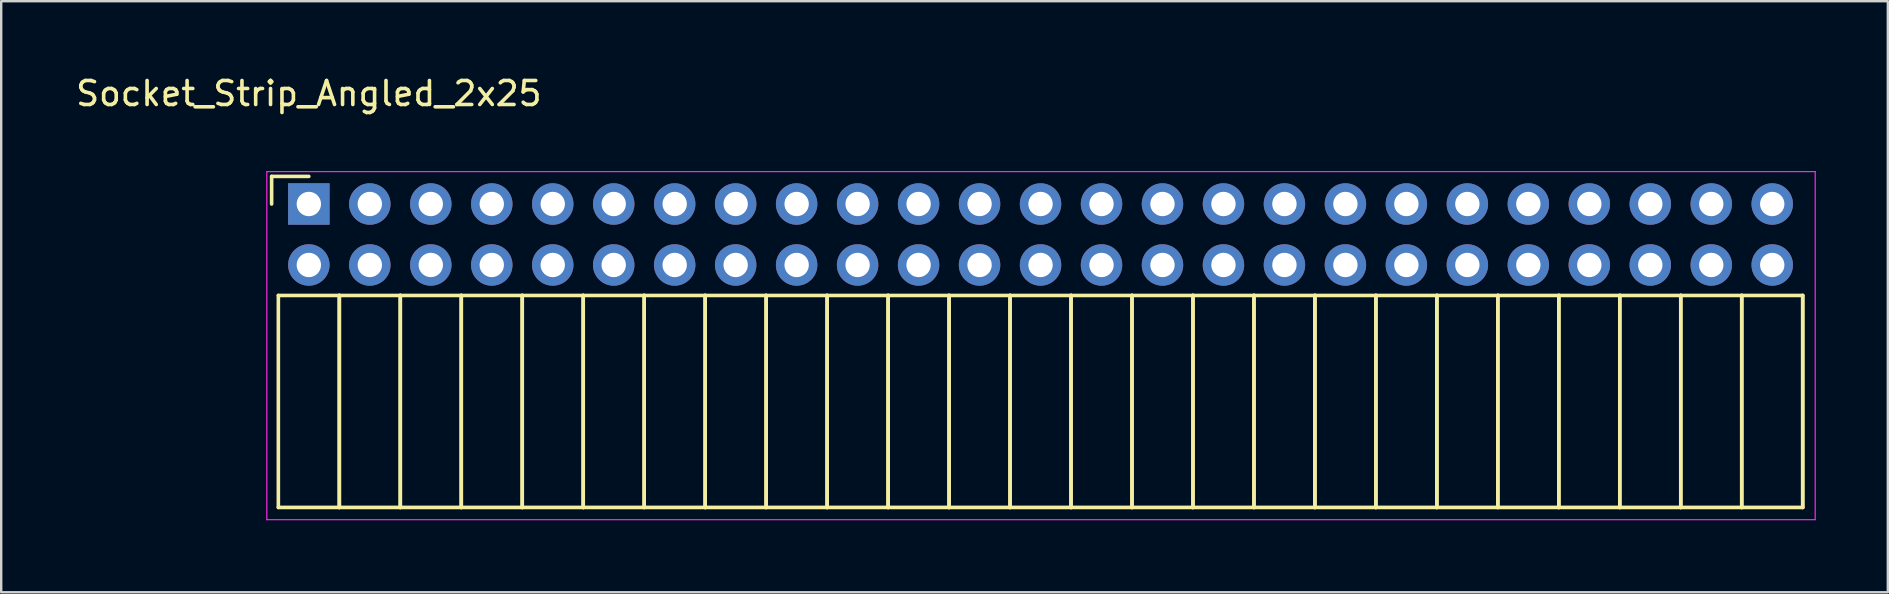
<source format=kicad_pcb>
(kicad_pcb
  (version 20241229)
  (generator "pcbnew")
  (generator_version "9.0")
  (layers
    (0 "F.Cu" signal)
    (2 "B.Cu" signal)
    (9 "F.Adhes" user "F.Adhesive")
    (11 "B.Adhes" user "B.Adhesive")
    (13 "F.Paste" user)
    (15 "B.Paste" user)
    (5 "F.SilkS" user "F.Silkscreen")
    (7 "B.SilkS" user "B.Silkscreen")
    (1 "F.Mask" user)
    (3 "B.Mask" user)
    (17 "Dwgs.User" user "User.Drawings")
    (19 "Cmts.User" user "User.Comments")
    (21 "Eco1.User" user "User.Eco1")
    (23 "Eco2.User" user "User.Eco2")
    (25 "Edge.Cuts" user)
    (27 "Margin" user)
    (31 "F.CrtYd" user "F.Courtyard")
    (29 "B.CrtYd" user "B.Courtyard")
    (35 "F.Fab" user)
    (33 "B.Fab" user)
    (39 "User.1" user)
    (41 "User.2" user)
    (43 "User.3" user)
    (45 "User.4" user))
  (footprint "Socket_Strip_Angled_2x25"
    (layer "F.Cu")
    (at 9.815 5.448)
    (property "Reference" "Socket_Strip_Angled_2x25" (at 0 -4.6 0) (layer "F.SilkS") (effects (font (size 1 1) (thickness 0.15))))
    (attr through_hole)
    (fp_line (start -1.55 -1.15) (end -1.55 0) (stroke (width 0.15) (type solid)) (layer "F.SilkS"))
    (fp_line (start -1.27 3.81) (end -1.27 12.64) (stroke (width 0.15) (type solid)) (layer "F.SilkS"))
    (fp_line (start -1.27 3.81) (end 1.27 3.81) (stroke (width 0.15) (type solid)) (layer "F.SilkS"))
    (fp_line (start -1.27 12.64) (end 1.27 12.64) (stroke (width 0.15) (type solid)) (layer "F.SilkS"))
    (fp_line (start 0 -1.15) (end -1.55 -1.15) (stroke (width 0.15) (type solid)) (layer "F.SilkS"))
    (fp_line (start 1.27 3.81) (end 1.27 12.64) (stroke (width 0.15) (type solid)) (layer "F.SilkS"))
    (fp_line (start 1.27 3.81) (end 3.81 3.81) (stroke (width 0.15) (type solid)) (layer "F.SilkS"))
    (fp_line (start 1.27 12.64) (end 1.27 3.81) (stroke (width 0.15) (type solid)) (layer "F.SilkS"))
    (fp_line (start 1.27 12.64) (end 3.81 12.64) (stroke (width 0.15) (type solid)) (layer "F.SilkS"))
    (fp_line (start 3.81 3.81) (end 3.81 12.64) (stroke (width 0.15) (type solid)) (layer "F.SilkS"))
    (fp_line (start 3.81 3.81) (end 6.35 3.81) (stroke (width 0.15) (type solid)) (layer "F.SilkS"))
    (fp_line (start 3.81 12.64) (end 3.81 3.81) (stroke (width 0.15) (type solid)) (layer "F.SilkS"))
    (fp_line (start 3.81 12.64) (end 6.35 12.64) (stroke (width 0.15) (type solid)) (layer "F.SilkS"))
    (fp_line (start 6.35 3.81) (end 6.35 12.64) (stroke (width 0.15) (type solid)) (layer "F.SilkS"))
    (fp_line (start 6.35 3.81) (end 8.89 3.81) (stroke (width 0.15) (type solid)) (layer "F.SilkS"))
    (fp_line (start 6.35 12.64) (end 6.35 3.81) (stroke (width 0.15) (type solid)) (layer "F.SilkS"))
    (fp_line (start 6.35 12.64) (end 8.89 12.64) (stroke (width 0.15) (type solid)) (layer "F.SilkS"))
    (fp_line (start 8.89 3.81) (end 8.89 12.64) (stroke (width 0.15) (type solid)) (layer "F.SilkS"))
    (fp_line (start 8.89 3.81) (end 11.43 3.81) (stroke (width 0.15) (type solid)) (layer "F.SilkS"))
    (fp_line (start 8.89 12.64) (end 8.89 3.81) (stroke (width 0.15) (type solid)) (layer "F.SilkS"))
    (fp_line (start 8.89 12.64) (end 11.43 12.64) (stroke (width 0.15) (type solid)) (layer "F.SilkS"))
    (fp_line (start 11.43 3.81) (end 11.43 12.64) (stroke (width 0.15) (type solid)) (layer "F.SilkS"))
    (fp_line (start 11.43 3.81) (end 13.97 3.81) (stroke (width 0.15) (type solid)) (layer "F.SilkS"))
    (fp_line (start 11.43 12.64) (end 11.43 3.81) (stroke (width 0.15) (type solid)) (layer "F.SilkS"))
    (fp_line (start 11.43 12.64) (end 13.97 12.64) (stroke (width 0.15) (type solid)) (layer "F.SilkS"))
    (fp_line (start 13.97 3.81) (end 13.97 12.64) (stroke (width 0.15) (type solid)) (layer "F.SilkS"))
    (fp_line (start 13.97 3.81) (end 16.51 3.81) (stroke (width 0.15) (type solid)) (layer "F.SilkS"))
    (fp_line (start 13.97 12.64) (end 13.97 3.81) (stroke (width 0.15) (type solid)) (layer "F.SilkS"))
    (fp_line (start 13.97 12.64) (end 16.51 12.64) (stroke (width 0.15) (type solid)) (layer "F.SilkS"))
    (fp_line (start 16.51 3.81) (end 16.51 12.64) (stroke (width 0.15) (type solid)) (layer "F.SilkS"))
    (fp_line (start 16.51 3.81) (end 19.05 3.81) (stroke (width 0.15) (type solid)) (layer "F.SilkS"))
    (fp_line (start 16.51 12.64) (end 16.51 3.81) (stroke (width 0.15) (type solid)) (layer "F.SilkS"))
    (fp_line (start 16.51 12.64) (end 19.05 12.64) (stroke (width 0.15) (type solid)) (layer "F.SilkS"))
    (fp_line (start 19.05 3.81) (end 19.05 12.64) (stroke (width 0.15) (type solid)) (layer "F.SilkS"))
    (fp_line (start 19.05 3.81) (end 21.59 3.81) (stroke (width 0.15) (type solid)) (layer "F.SilkS"))
    (fp_line (start 19.05 12.64) (end 19.05 3.81) (stroke (width 0.15) (type solid)) (layer "F.SilkS"))
    (fp_line (start 19.05 12.64) (end 21.59 12.64) (stroke (width 0.15) (type solid)) (layer "F.SilkS"))
    (fp_line (start 21.59 3.81) (end 21.59 12.64) (stroke (width 0.15) (type solid)) (layer "F.SilkS"))
    (fp_line (start 21.59 3.81) (end 24.13 3.81) (stroke (width 0.15) (type solid)) (layer "F.SilkS"))
    (fp_line (start 21.59 12.64) (end 21.59 3.81) (stroke (width 0.15) (type solid)) (layer "F.SilkS"))
    (fp_line (start 21.59 12.64) (end 24.13 12.64) (stroke (width 0.15) (type solid)) (layer "F.SilkS"))
    (fp_line (start 24.13 3.81) (end 24.13 12.64) (stroke (width 0.15) (type solid)) (layer "F.SilkS"))
    (fp_line (start 24.13 3.81) (end 26.67 3.81) (stroke (width 0.15) (type solid)) (layer "F.SilkS"))
    (fp_line (start 24.13 12.64) (end 24.13 3.81) (stroke (width 0.15) (type solid)) (layer "F.SilkS"))
    (fp_line (start 24.13 12.64) (end 26.67 12.64) (stroke (width 0.15) (type solid)) (layer "F.SilkS"))
    (fp_line (start 26.67 3.81) (end 26.67 12.64) (stroke (width 0.15) (type solid)) (layer "F.SilkS"))
    (fp_line (start 26.67 3.81) (end 29.21 3.81) (stroke (width 0.15) (type solid)) (layer "F.SilkS"))
    (fp_line (start 26.67 12.64) (end 26.67 3.81) (stroke (width 0.15) (type solid)) (layer "F.SilkS"))
    (fp_line (start 26.67 12.64) (end 29.21 12.64) (stroke (width 0.15) (type solid)) (layer "F.SilkS"))
    (fp_line (start 29.21 3.81) (end 29.21 12.64) (stroke (width 0.15) (type solid)) (layer "F.SilkS"))
    (fp_line (start 29.21 3.81) (end 31.75 3.81) (stroke (width 0.15) (type solid)) (layer "F.SilkS"))
    (fp_line (start 29.21 12.64) (end 29.21 3.81) (stroke (width 0.15) (type solid)) (layer "F.SilkS"))
    (fp_line (start 29.21 12.64) (end 31.75 12.64) (stroke (width 0.15) (type solid)) (layer "F.SilkS"))
    (fp_line (start 31.75 3.81) (end 31.75 12.64) (stroke (width 0.15) (type solid)) (layer "F.SilkS"))
    (fp_line (start 31.75 3.81) (end 34.29 3.81) (stroke (width 0.15) (type solid)) (layer "F.SilkS"))
    (fp_line (start 31.75 12.64) (end 31.75 3.81) (stroke (width 0.15) (type solid)) (layer "F.SilkS"))
    (fp_line (start 31.75 12.64) (end 34.29 12.64) (stroke (width 0.15) (type solid)) (layer "F.SilkS"))
    (fp_line (start 34.29 3.81) (end 34.29 12.64) (stroke (width 0.15) (type solid)) (layer "F.SilkS"))
    (fp_line (start 34.29 3.81) (end 36.83 3.81) (stroke (width 0.15) (type solid)) (layer "F.SilkS"))
    (fp_line (start 34.29 12.64) (end 34.29 3.81) (stroke (width 0.15) (type solid)) (layer "F.SilkS"))
    (fp_line (start 34.29 12.64) (end 36.83 12.64) (stroke (width 0.15) (type solid)) (layer "F.SilkS"))
    (fp_line (start 36.83 3.81) (end 36.83 12.64) (stroke (width 0.15) (type solid)) (layer "F.SilkS"))
    (fp_line (start 36.83 3.81) (end 39.37 3.81) (stroke (width 0.15) (type solid)) (layer "F.SilkS"))
    (fp_line (start 36.83 12.64) (end 36.83 3.81) (stroke (width 0.15) (type solid)) (layer "F.SilkS"))
    (fp_line (start 36.83 12.64) (end 39.37 12.64) (stroke (width 0.15) (type solid)) (layer "F.SilkS"))
    (fp_line (start 39.37 3.81) (end 39.37 12.64) (stroke (width 0.15) (type solid)) (layer "F.SilkS"))
    (fp_line (start 39.37 3.81) (end 41.91 3.81) (stroke (width 0.15) (type solid)) (layer "F.SilkS"))
    (fp_line (start 39.37 12.64) (end 39.37 3.81) (stroke (width 0.15) (type solid)) (layer "F.SilkS"))
    (fp_line (start 39.37 12.64) (end 41.91 12.64) (stroke (width 0.15) (type solid)) (layer "F.SilkS"))
    (fp_line (start 41.91 3.81) (end 41.91 12.64) (stroke (width 0.15) (type solid)) (layer "F.SilkS"))
    (fp_line (start 41.91 3.81) (end 44.45 3.81) (stroke (width 0.15) (type solid)) (layer "F.SilkS"))
    (fp_line (start 41.91 12.64) (end 41.91 3.81) (stroke (width 0.15) (type solid)) (layer "F.SilkS"))
    (fp_line (start 41.91 12.64) (end 44.45 12.64) (stroke (width 0.15) (type solid)) (layer "F.SilkS"))
    (fp_line (start 44.45 3.81) (end 44.45 12.64) (stroke (width 0.15) (type solid)) (layer "F.SilkS"))
    (fp_line (start 44.45 3.81) (end 46.99 3.81) (stroke (width 0.15) (type solid)) (layer "F.SilkS"))
    (fp_line (start 44.45 12.64) (end 44.45 3.81) (stroke (width 0.15) (type solid)) (layer "F.SilkS"))
    (fp_line (start 44.45 12.64) (end 46.99 12.64) (stroke (width 0.15) (type solid)) (layer "F.SilkS"))
    (fp_line (start 46.99 3.81) (end 46.99 12.64) (stroke (width 0.15) (type solid)) (layer "F.SilkS"))
    (fp_line (start 46.99 3.81) (end 49.53 3.81) (stroke (width 0.15) (type solid)) (layer "F.SilkS"))
    (fp_line (start 46.99 12.64) (end 46.99 3.81) (stroke (width 0.15) (type solid)) (layer "F.SilkS"))
    (fp_line (start 46.99 12.64) (end 49.53 12.64) (stroke (width 0.15) (type solid)) (layer "F.SilkS"))
    (fp_line (start 49.53 3.81) (end 49.53 12.64) (stroke (width 0.15) (type solid)) (layer "F.SilkS"))
    (fp_line (start 49.53 3.81) (end 52.07 3.81) (stroke (width 0.15) (type solid)) (layer "F.SilkS"))
    (fp_line (start 49.53 12.64) (end 49.53 3.81) (stroke (width 0.15) (type solid)) (layer "F.SilkS"))
    (fp_line (start 49.53 12.64) (end 52.07 12.64) (stroke (width 0.15) (type solid)) (layer "F.SilkS"))
    (fp_line (start 52.07 3.81) (end 52.07 12.64) (stroke (width 0.15) (type solid)) (layer "F.SilkS"))
    (fp_line (start 52.07 3.81) (end 54.61 3.81) (stroke (width 0.15) (type solid)) (layer "F.SilkS"))
    (fp_line (start 52.07 12.64) (end 52.07 3.81) (stroke (width 0.15) (type solid)) (layer "F.SilkS"))
    (fp_line (start 52.07 12.64) (end 54.61 12.64) (stroke (width 0.15) (type solid)) (layer "F.SilkS"))
    (fp_line (start 54.61 3.81) (end 54.61 12.64) (stroke (width 0.15) (type solid)) (layer "F.SilkS"))
    (fp_line (start 54.61 3.81) (end 57.15 3.81) (stroke (width 0.15) (type solid)) (layer "F.SilkS"))
    (fp_line (start 54.61 12.64) (end 54.61 3.81) (stroke (width 0.15) (type solid)) (layer "F.SilkS"))
    (fp_line (start 54.61 12.64) (end 57.15 12.64) (stroke (width 0.15) (type solid)) (layer "F.SilkS"))
    (fp_line (start 57.15 3.81) (end 57.15 12.64) (stroke (width 0.15) (type solid)) (layer "F.SilkS"))
    (fp_line (start 57.15 3.81) (end 59.69 3.81) (stroke (width 0.15) (type solid)) (layer "F.SilkS"))
    (fp_line (start 57.15 12.64) (end 57.15 3.81) (stroke (width 0.15) (type solid)) (layer "F.SilkS"))
    (fp_line (start 57.15 12.64) (end 59.69 12.64) (stroke (width 0.15) (type solid)) (layer "F.SilkS"))
    (fp_line (start 59.69 3.81) (end 59.69 12.64) (stroke (width 0.15) (type solid)) (layer "F.SilkS"))
    (fp_line (start 59.69 3.81) (end 62.23 3.81) (stroke (width 0.15) (type solid)) (layer "F.SilkS"))
    (fp_line (start 59.69 12.64) (end 59.69 3.81) (stroke (width 0.15) (type solid)) (layer "F.SilkS"))
    (fp_line (start 59.69 12.64) (end 62.23 12.64) (stroke (width 0.15) (type solid)) (layer "F.SilkS"))
    (fp_line (start 62.23 3.81) (end 62.23 12.64) (stroke (width 0.15) (type solid)) (layer "F.SilkS"))
    (fp_line (start 62.23 12.64) (end 62.23 3.81) (stroke (width 0.15) (type solid)) (layer "F.SilkS"))
    (fp_line (start -1.75 -1.35) (end -1.75 13.15) (stroke (width 0.05) (type solid)) (layer "F.CrtYd"))
    (fp_line (start -1.75 -1.35) (end 62.75 -1.35) (stroke (width 0.05) (type solid)) (layer "F.CrtYd"))
    (fp_line (start -1.75 13.15) (end 62.75 13.15) (stroke (width 0.05) (type solid)) (layer "F.CrtYd"))
    (fp_line (start 62.75 -1.35) (end 62.75 13.15) (stroke (width 0.05) (type solid)) (layer "F.CrtYd"))
    (pad "1" thru_hole rect (at 0 0) (size 1.727 1.727) (drill 1.016) (layers "*.Cu" "*.Mask"))
    (pad "2" thru_hole oval (at 0 2.54) (size 1.727 1.727) (drill 1.016) (layers "*.Cu" "*.Mask"))
    (pad "3" thru_hole oval (at 2.54 0) (size 1.727 1.727) (drill 1.016) (layers "*.Cu" "*.Mask"))
    (pad "4" thru_hole oval (at 2.54 2.54) (size 1.727 1.727) (drill 1.016) (layers "*.Cu" "*.Mask"))
    (pad "5" thru_hole oval (at 5.08 0) (size 1.727 1.727) (drill 1.016) (layers "*.Cu" "*.Mask"))
    (pad "6" thru_hole oval (at 5.08 2.54) (size 1.727 1.727) (drill 1.016) (layers "*.Cu" "*.Mask"))
    (pad "7" thru_hole oval (at 7.62 0) (size 1.727 1.727) (drill 1.016) (layers "*.Cu" "*.Mask"))
    (pad "8" thru_hole oval (at 7.62 2.54) (size 1.727 1.727) (drill 1.016) (layers "*.Cu" "*.Mask"))
    (pad "9" thru_hole oval (at 10.16 0) (size 1.727 1.727) (drill 1.016) (layers "*.Cu" "*.Mask"))
    (pad "10" thru_hole oval (at 10.16 2.54) (size 1.727 1.727) (drill 1.016) (layers "*.Cu" "*.Mask"))
    (pad "11" thru_hole oval (at 12.7 0) (size 1.727 1.727) (drill 1.016) (layers "*.Cu" "*.Mask"))
    (pad "12" thru_hole oval (at 12.7 2.54) (size 1.727 1.727) (drill 1.016) (layers "*.Cu" "*.Mask"))
    (pad "13" thru_hole oval (at 15.24 0) (size 1.727 1.727) (drill 1.016) (layers "*.Cu" "*.Mask"))
    (pad "14" thru_hole oval (at 15.24 2.54) (size 1.727 1.727) (drill 1.016) (layers "*.Cu" "*.Mask"))
    (pad "15" thru_hole oval (at 17.78 0) (size 1.727 1.727) (drill 1.016) (layers "*.Cu" "*.Mask"))
    (pad "16" thru_hole oval (at 17.78 2.54) (size 1.727 1.727) (drill 1.016) (layers "*.Cu" "*.Mask"))
    (pad "17" thru_hole oval (at 20.32 0) (size 1.727 1.727) (drill 1.016) (layers "*.Cu" "*.Mask"))
    (pad "18" thru_hole oval (at 20.32 2.54) (size 1.727 1.727) (drill 1.016) (layers "*.Cu" "*.Mask"))
    (pad "19" thru_hole oval (at 22.86 0) (size 1.727 1.727) (drill 1.016) (layers "*.Cu" "*.Mask"))
    (pad "20" thru_hole oval (at 22.86 2.54) (size 1.727 1.727) (drill 1.016) (layers "*.Cu" "*.Mask"))
    (pad "21" thru_hole oval (at 25.4 0) (size 1.727 1.727) (drill 1.016) (layers "*.Cu" "*.Mask"))
    (pad "22" thru_hole oval (at 25.4 2.54) (size 1.727 1.727) (drill 1.016) (layers "*.Cu" "*.Mask"))
    (pad "23" thru_hole oval (at 27.94 0) (size 1.727 1.727) (drill 1.016) (layers "*.Cu" "*.Mask"))
    (pad "24" thru_hole oval (at 27.94 2.54) (size 1.727 1.727) (drill 1.016) (layers "*.Cu" "*.Mask"))
    (pad "25" thru_hole oval (at 30.48 0) (size 1.727 1.727) (drill 1.016) (layers "*.Cu" "*.Mask"))
    (pad "26" thru_hole oval (at 30.48 2.54) (size 1.727 1.727) (drill 1.016) (layers "*.Cu" "*.Mask"))
    (pad "27" thru_hole oval (at 33.02 0) (size 1.727 1.727) (drill 1.016) (layers "*.Cu" "*.Mask"))
    (pad "28" thru_hole oval (at 33.02 2.54) (size 1.727 1.727) (drill 1.016) (layers "*.Cu" "*.Mask"))
    (pad "29" thru_hole oval (at 35.56 0) (size 1.727 1.727) (drill 1.016) (layers "*.Cu" "*.Mask"))
    (pad "30" thru_hole oval (at 35.56 2.54) (size 1.727 1.727) (drill 1.016) (layers "*.Cu" "*.Mask"))
    (pad "31" thru_hole oval (at 38.1 0) (size 1.727 1.727) (drill 1.016) (layers "*.Cu" "*.Mask"))
    (pad "32" thru_hole oval (at 38.1 2.54) (size 1.727 1.727) (drill 1.016) (layers "*.Cu" "*.Mask"))
    (pad "33" thru_hole oval (at 40.64 0) (size 1.727 1.727) (drill 1.016) (layers "*.Cu" "*.Mask"))
    (pad "34" thru_hole oval (at 40.64 2.54) (size 1.727 1.727) (drill 1.016) (layers "*.Cu" "*.Mask"))
    (pad "35" thru_hole oval (at 43.18 0) (size 1.727 1.727) (drill 1.016) (layers "*.Cu" "*.Mask"))
    (pad "36" thru_hole oval (at 43.18 2.54) (size 1.727 1.727) (drill 1.016) (layers "*.Cu" "*.Mask"))
    (pad "37" thru_hole oval (at 45.72 0) (size 1.727 1.727) (drill 1.016) (layers "*.Cu" "*.Mask"))
    (pad "38" thru_hole oval (at 45.72 2.54) (size 1.727 1.727) (drill 1.016) (layers "*.Cu" "*.Mask"))
    (pad "39" thru_hole oval (at 48.26 0) (size 1.727 1.727) (drill 1.016) (layers "*.Cu" "*.Mask"))
    (pad "40" thru_hole oval (at 48.26 2.54) (size 1.727 1.727) (drill 1.016) (layers "*.Cu" "*.Mask"))
    (pad "41" thru_hole oval (at 50.8 0) (size 1.727 1.727) (drill 1.016) (layers "*.Cu" "*.Mask"))
    (pad "42" thru_hole oval (at 50.8 2.54) (size 1.727 1.727) (drill 1.016) (layers "*.Cu" "*.Mask"))
    (pad "43" thru_hole oval (at 53.34 0) (size 1.727 1.727) (drill 1.016) (layers "*.Cu" "*.Mask"))
    (pad "44" thru_hole oval (at 53.34 2.54) (size 1.727 1.727) (drill 1.016) (layers "*.Cu" "*.Mask"))
    (pad "45" thru_hole oval (at 55.88 0) (size 1.727 1.727) (drill 1.016) (layers "*.Cu" "*.Mask"))
    (pad "46" thru_hole oval (at 55.88 2.54) (size 1.727 1.727) (drill 1.016) (layers "*.Cu" "*.Mask"))
    (pad "47" thru_hole oval (at 58.42 0) (size 1.727 1.727) (drill 1.016) (layers "*.Cu" "*.Mask"))
    (pad "48" thru_hole oval (at 58.42 2.54) (size 1.727 1.727) (drill 1.016) (layers "*.Cu" "*.Mask"))
    (pad "49" thru_hole oval (at 60.96 0) (size 1.727 1.727) (drill 1.016) (layers "*.Cu" "*.Mask"))
    (pad "50" thru_hole oval (at 60.96 2.54) (size 1.727 1.727) (drill 1.016) (layers "*.Cu" "*.Mask")))
  (gr_rect
    (start -3 -3)
    (end 75.59 21.623)
    (stroke (width 0.1) (type default))
    (fill no)
    (layer "Edge.Cuts")))
</source>
